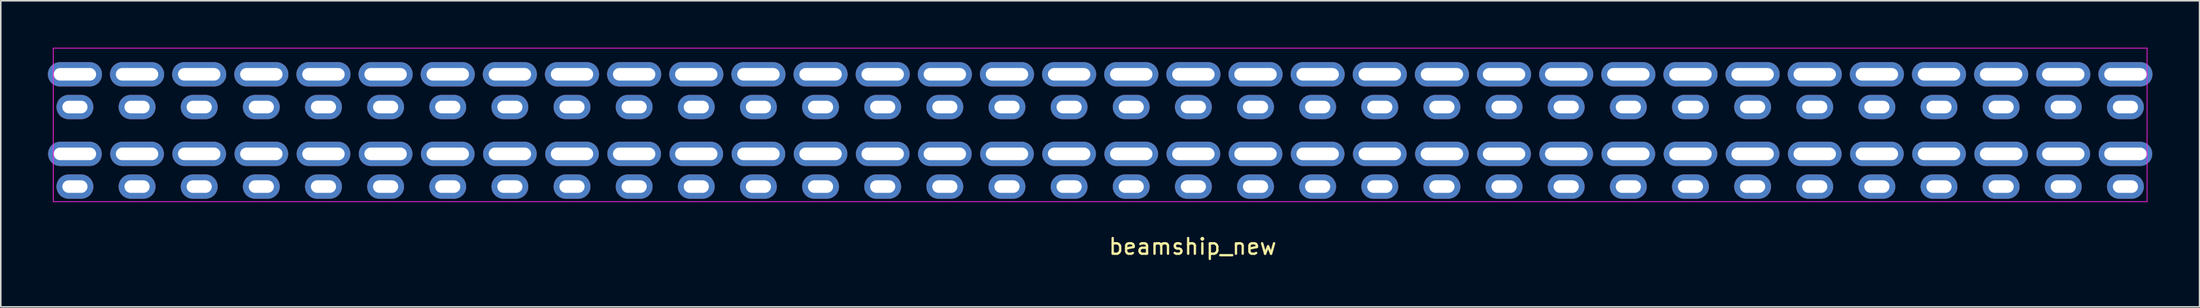
<source format=kicad_pcb>
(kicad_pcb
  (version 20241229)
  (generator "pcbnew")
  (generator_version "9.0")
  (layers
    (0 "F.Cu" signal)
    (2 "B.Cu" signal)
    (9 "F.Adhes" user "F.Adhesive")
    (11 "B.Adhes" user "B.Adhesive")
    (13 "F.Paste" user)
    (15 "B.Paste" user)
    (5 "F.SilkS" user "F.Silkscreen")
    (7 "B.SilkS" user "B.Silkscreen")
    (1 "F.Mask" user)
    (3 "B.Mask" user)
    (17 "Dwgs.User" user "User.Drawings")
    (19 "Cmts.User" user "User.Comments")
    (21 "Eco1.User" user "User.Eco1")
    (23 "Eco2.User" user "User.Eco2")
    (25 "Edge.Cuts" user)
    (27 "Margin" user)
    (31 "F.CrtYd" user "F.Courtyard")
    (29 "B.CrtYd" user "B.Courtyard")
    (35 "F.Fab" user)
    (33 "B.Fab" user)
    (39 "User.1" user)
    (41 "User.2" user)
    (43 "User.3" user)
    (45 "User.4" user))
  (footprint "beamship_new"
    (layer "F.Cu")
    (at 59.145 9.225)
    (property "Reference" "beamship_new" (at 13.813 3.47 180) (layer "F.SilkS") (effects (font (size 1 1) (thickness 0.15))))
    (attr through_hole)
    (fp_line (start -58.8 -9.2) (end -58.8 0.6) (stroke (width 0.05) (type solid)) (layer "F.CrtYd"))
    (fp_line (start -58.8 0.6) (end 74.64 0.6) (stroke (width 0.05) (type solid)) (layer "F.CrtYd"))
    (fp_line (start 74.64 -9.2) (end -58.8 -9.2) (stroke (width 0.05) (type solid)) (layer "F.CrtYd"))
    (fp_line (start 74.64 0.6) (end 74.64 -9.2) (stroke (width 0.05) (type solid)) (layer "F.CrtYd"))
    (pad "1" thru_hole oval (at -57.42 -7.53) (size 3.45 1.55) (drill oval 2.7 0.8) (layers "*.Cu" "*.Mask"))
    (pad "1" thru_hole oval (at -57.42 -5.44) (size 2.35 1.55) (drill oval 1.6 0.8) (layers "*.Cu" "*.Mask"))
    (pad "1" thru_hole oval (at -57.42 -2.45) (size 3.42 1.55) (drill oval 2.7 0.8) (layers "*.Cu" "*.Mask"))
    (pad "1" thru_hole oval (at -57.42 -0.36) (size 2.35 1.55) (drill oval 1.6 0.8) (layers "*.Cu" "*.Mask"))
    (pad "2" thru_hole oval (at -53.46 -7.53) (size 3.45 1.55) (drill oval 2.7 0.8) (layers "*.Cu" "*.Mask"))
    (pad "2" thru_hole oval (at -53.46 -5.44) (size 2.35 1.55) (drill oval 1.6 0.8) (layers "*.Cu" "*.Mask"))
    (pad "2" thru_hole oval (at -53.46 -2.45) (size 3.42 1.55) (drill oval 2.7 0.8) (layers "*.Cu" "*.Mask"))
    (pad "2" thru_hole oval (at -53.46 -0.36) (size 2.35 1.55) (drill oval 1.6 0.8) (layers "*.Cu" "*.Mask"))
    (pad "3" thru_hole oval (at -49.5 -7.53) (size 3.45 1.55) (drill oval 2.7 0.8) (layers "*.Cu" "*.Mask"))
    (pad "3" thru_hole oval (at -49.5 -5.44) (size 2.35 1.55) (drill oval 1.6 0.8) (layers "*.Cu" "*.Mask"))
    (pad "3" thru_hole oval (at -49.5 -2.45) (size 3.42 1.55) (drill oval 2.7 0.8) (layers "*.Cu" "*.Mask"))
    (pad "3" thru_hole oval (at -49.5 -0.36) (size 2.35 1.55) (drill oval 1.6 0.8) (layers "*.Cu" "*.Mask"))
    (pad "4" thru_hole oval (at -45.54 -7.53) (size 3.45 1.55) (drill oval 2.7 0.8) (layers "*.Cu" "*.Mask"))
    (pad "4" thru_hole oval (at -45.54 -5.44) (size 2.35 1.55) (drill oval 1.6 0.8) (layers "*.Cu" "*.Mask"))
    (pad "4" thru_hole oval (at -45.54 -2.45) (size 3.42 1.55) (drill oval 2.7 0.8) (layers "*.Cu" "*.Mask"))
    (pad "4" thru_hole oval (at -45.54 -0.36) (size 2.35 1.55) (drill oval 1.6 0.8) (layers "*.Cu" "*.Mask"))
    (pad "5" thru_hole oval (at -41.58 -7.53) (size 3.45 1.55) (drill oval 2.7 0.8) (layers "*.Cu" "*.Mask"))
    (pad "5" thru_hole oval (at -41.58 -5.44) (size 2.35 1.55) (drill oval 1.6 0.8) (layers "*.Cu" "*.Mask"))
    (pad "5" thru_hole oval (at -41.58 -2.45) (size 3.42 1.55) (drill oval 2.7 0.8) (layers "*.Cu" "*.Mask"))
    (pad "5" thru_hole oval (at -41.58 -0.36) (size 2.35 1.55) (drill oval 1.6 0.8) (layers "*.Cu" "*.Mask"))
    (pad "6" thru_hole oval (at -37.62 -7.53) (size 3.45 1.55) (drill oval 2.7 0.8) (layers "*.Cu" "*.Mask"))
    (pad "6" thru_hole oval (at -37.62 -5.44) (size 2.35 1.55) (drill oval 1.6 0.8) (layers "*.Cu" "*.Mask"))
    (pad "6" thru_hole oval (at -37.62 -2.45) (size 3.42 1.55) (drill oval 2.7 0.8) (layers "*.Cu" "*.Mask"))
    (pad "6" thru_hole oval (at -37.62 -0.36) (size 2.35 1.55) (drill oval 1.6 0.8) (layers "*.Cu" "*.Mask"))
    (pad "7" thru_hole oval (at -33.66 -7.53) (size 3.45 1.55) (drill oval 2.7 0.8) (layers "*.Cu" "*.Mask"))
    (pad "7" thru_hole oval (at -33.66 -5.44) (size 2.35 1.55) (drill oval 1.6 0.8) (layers "*.Cu" "*.Mask"))
    (pad "7" thru_hole oval (at -33.66 -2.45) (size 3.42 1.55) (drill oval 2.7 0.8) (layers "*.Cu" "*.Mask"))
    (pad "7" thru_hole oval (at -33.66 -0.36) (size 2.35 1.55) (drill oval 1.6 0.8) (layers "*.Cu" "*.Mask"))
    (pad "8" thru_hole oval (at -29.7 -7.53) (size 3.45 1.55) (drill oval 2.7 0.8) (layers "*.Cu" "*.Mask"))
    (pad "8" thru_hole oval (at -29.7 -5.44) (size 2.35 1.55) (drill oval 1.6 0.8) (layers "*.Cu" "*.Mask"))
    (pad "8" thru_hole oval (at -29.7 -2.45) (size 3.42 1.55) (drill oval 2.7 0.8) (layers "*.Cu" "*.Mask"))
    (pad "8" thru_hole oval (at -29.7 -0.36) (size 2.35 1.55) (drill oval 1.6 0.8) (layers "*.Cu" "*.Mask"))
    (pad "9" thru_hole oval (at -25.74 -7.53) (size 3.45 1.55) (drill oval 2.7 0.8) (layers "*.Cu" "*.Mask"))
    (pad "9" thru_hole oval (at -25.74 -5.44) (size 2.35 1.55) (drill oval 1.6 0.8) (layers "*.Cu" "*.Mask"))
    (pad "9" thru_hole oval (at -25.74 -2.45) (size 3.42 1.55) (drill oval 2.7 0.8) (layers "*.Cu" "*.Mask"))
    (pad "9" thru_hole oval (at -25.74 -0.36) (size 2.35 1.55) (drill oval 1.6 0.8) (layers "*.Cu" "*.Mask"))
    (pad "10" thru_hole oval (at -21.78 -7.53) (size 3.45 1.55) (drill oval 2.7 0.8) (layers "*.Cu" "*.Mask"))
    (pad "10" thru_hole oval (at -21.78 -5.44) (size 2.35 1.55) (drill oval 1.6 0.8) (layers "*.Cu" "*.Mask"))
    (pad "10" thru_hole oval (at -21.78 -2.45) (size 3.42 1.55) (drill oval 2.7 0.8) (layers "*.Cu" "*.Mask"))
    (pad "10" thru_hole oval (at -21.78 -0.36) (size 2.35 1.55) (drill oval 1.6 0.8) (layers "*.Cu" "*.Mask"))
    (pad "11" thru_hole oval (at -17.82 -7.53) (size 3.45 1.55) (drill oval 2.7 0.8) (layers "*.Cu" "*.Mask"))
    (pad "11" thru_hole oval (at -17.82 -5.44) (size 2.35 1.55) (drill oval 1.6 0.8) (layers "*.Cu" "*.Mask"))
    (pad "11" thru_hole oval (at -17.82 -2.45) (size 3.42 1.55) (drill oval 2.7 0.8) (layers "*.Cu" "*.Mask"))
    (pad "11" thru_hole oval (at -17.82 -0.36) (size 2.35 1.55) (drill oval 1.6 0.8) (layers "*.Cu" "*.Mask"))
    (pad "12" thru_hole oval (at -13.86 -7.53) (size 3.45 1.55) (drill oval 2.7 0.8) (layers "*.Cu" "*.Mask"))
    (pad "12" thru_hole oval (at -13.86 -5.44) (size 2.35 1.55) (drill oval 1.6 0.8) (layers "*.Cu" "*.Mask"))
    (pad "12" thru_hole oval (at -13.86 -2.45) (size 3.42 1.55) (drill oval 2.7 0.8) (layers "*.Cu" "*.Mask"))
    (pad "12" thru_hole oval (at -13.86 -0.36) (size 2.35 1.55) (drill oval 1.6 0.8) (layers "*.Cu" "*.Mask"))
    (pad "13" thru_hole oval (at -9.9 -7.53) (size 3.45 1.55) (drill oval 2.7 0.8) (layers "*.Cu" "*.Mask"))
    (pad "13" thru_hole oval (at -9.9 -5.44) (size 2.35 1.55) (drill oval 1.6 0.8) (layers "*.Cu" "*.Mask"))
    (pad "13" thru_hole oval (at -9.9 -2.45) (size 3.42 1.55) (drill oval 2.7 0.8) (layers "*.Cu" "*.Mask"))
    (pad "13" thru_hole oval (at -9.9 -0.36) (size 2.35 1.55) (drill oval 1.6 0.8) (layers "*.Cu" "*.Mask"))
    (pad "14" thru_hole oval (at -5.94 -7.53) (size 3.45 1.55) (drill oval 2.7 0.8) (layers "*.Cu" "*.Mask"))
    (pad "14" thru_hole oval (at -5.94 -5.44) (size 2.35 1.55) (drill oval 1.6 0.8) (layers "*.Cu" "*.Mask"))
    (pad "14" thru_hole oval (at -5.94 -2.45) (size 3.42 1.55) (drill oval 2.7 0.8) (layers "*.Cu" "*.Mask"))
    (pad "14" thru_hole oval (at -5.94 -0.36) (size 2.35 1.55) (drill oval 1.6 0.8) (layers "*.Cu" "*.Mask"))
    (pad "15" thru_hole oval (at -1.98 -7.53) (size 3.45 1.55) (drill oval 2.7 0.8) (layers "*.Cu" "*.Mask"))
    (pad "15" thru_hole oval (at -1.98 -5.44) (size 2.35 1.55) (drill oval 1.6 0.8) (layers "*.Cu" "*.Mask"))
    (pad "15" thru_hole oval (at -1.98 -2.45) (size 3.42 1.55) (drill oval 2.7 0.8) (layers "*.Cu" "*.Mask"))
    (pad "15" thru_hole oval (at -1.98 -0.36) (size 2.35 1.55) (drill oval 1.6 0.8) (layers "*.Cu" "*.Mask"))
    (pad "16" thru_hole oval (at 1.98 -7.53) (size 3.45 1.55) (drill oval 2.7 0.8) (layers "*.Cu" "*.Mask"))
    (pad "16" thru_hole oval (at 1.98 -5.44) (size 2.35 1.55) (drill oval 1.6 0.8) (layers "*.Cu" "*.Mask"))
    (pad "16" thru_hole oval (at 1.98 -2.45) (size 3.42 1.55) (drill oval 2.7 0.8) (layers "*.Cu" "*.Mask"))
    (pad "16" thru_hole oval (at 1.98 -0.36) (size 2.35 1.55) (drill oval 1.6 0.8) (layers "*.Cu" "*.Mask"))
    (pad "17" thru_hole oval (at 5.94 -7.53) (size 3.45 1.55) (drill oval 2.7 0.8) (layers "*.Cu" "*.Mask"))
    (pad "17" thru_hole oval (at 5.94 -5.44) (size 2.35 1.55) (drill oval 1.6 0.8) (layers "*.Cu" "*.Mask"))
    (pad "17" thru_hole oval (at 5.94 -2.45) (size 3.42 1.55) (drill oval 2.7 0.8) (layers "*.Cu" "*.Mask"))
    (pad "17" thru_hole oval (at 5.94 -0.36) (size 2.35 1.55) (drill oval 1.6 0.8) (layers "*.Cu" "*.Mask"))
    (pad "18" thru_hole oval (at 9.9 -7.53) (size 3.45 1.55) (drill oval 2.7 0.8) (layers "*.Cu" "*.Mask"))
    (pad "18" thru_hole oval (at 9.9 -5.44) (size 2.35 1.55) (drill oval 1.6 0.8) (layers "*.Cu" "*.Mask"))
    (pad "18" thru_hole oval (at 9.9 -2.45) (size 3.42 1.55) (drill oval 2.7 0.8) (layers "*.Cu" "*.Mask"))
    (pad "18" thru_hole oval (at 9.9 -0.36) (size 2.35 1.55) (drill oval 1.6 0.8) (layers "*.Cu" "*.Mask"))
    (pad "19" thru_hole oval (at 13.86 -7.53) (size 3.45 1.55) (drill oval 2.7 0.8) (layers "*.Cu" "*.Mask"))
    (pad "19" thru_hole oval (at 13.86 -5.44) (size 2.35 1.55) (drill oval 1.6 0.8) (layers "*.Cu" "*.Mask"))
    (pad "19" thru_hole oval (at 13.86 -2.45) (size 3.42 1.55) (drill oval 2.7 0.8) (layers "*.Cu" "*.Mask"))
    (pad "19" thru_hole oval (at 13.86 -0.36) (size 2.35 1.55) (drill oval 1.6 0.8) (layers "*.Cu" "*.Mask"))
    (pad "20" thru_hole oval (at 17.82 -7.53) (size 3.45 1.55) (drill oval 2.7 0.8) (layers "*.Cu" "*.Mask"))
    (pad "20" thru_hole oval (at 17.82 -5.44) (size 2.35 1.55) (drill oval 1.6 0.8) (layers "*.Cu" "*.Mask"))
    (pad "20" thru_hole oval (at 17.82 -2.45) (size 3.42 1.55) (drill oval 2.7 0.8) (layers "*.Cu" "*.Mask"))
    (pad "20" thru_hole oval (at 17.82 -0.36) (size 2.35 1.55) (drill oval 1.6 0.8) (layers "*.Cu" "*.Mask"))
    (pad "21" thru_hole oval (at 21.78 -7.53) (size 3.45 1.55) (drill oval 2.7 0.8) (layers "*.Cu" "*.Mask"))
    (pad "21" thru_hole oval (at 21.78 -5.44) (size 2.35 1.55) (drill oval 1.6 0.8) (layers "*.Cu" "*.Mask"))
    (pad "21" thru_hole oval (at 21.78 -2.45) (size 3.42 1.55) (drill oval 2.7 0.8) (layers "*.Cu" "*.Mask"))
    (pad "21" thru_hole oval (at 21.78 -0.36) (size 2.35 1.55) (drill oval 1.6 0.8) (layers "*.Cu" "*.Mask"))
    (pad "22" thru_hole oval (at 25.74 -7.53) (size 3.45 1.55) (drill oval 2.7 0.8) (layers "*.Cu" "*.Mask"))
    (pad "22" thru_hole oval (at 25.74 -5.44) (size 2.35 1.55) (drill oval 1.6 0.8) (layers "*.Cu" "*.Mask"))
    (pad "22" thru_hole oval (at 25.74 -2.45) (size 3.42 1.55) (drill oval 2.7 0.8) (layers "*.Cu" "*.Mask"))
    (pad "22" thru_hole oval (at 25.74 -0.36) (size 2.35 1.55) (drill oval 1.6 0.8) (layers "*.Cu" "*.Mask"))
    (pad "23" thru_hole oval (at 29.7 -7.53) (size 3.45 1.55) (drill oval 2.7 0.8) (layers "*.Cu" "*.Mask"))
    (pad "23" thru_hole oval (at 29.7 -5.44) (size 2.35 1.55) (drill oval 1.6 0.8) (layers "*.Cu" "*.Mask"))
    (pad "23" thru_hole oval (at 29.7 -2.45) (size 3.42 1.55) (drill oval 2.7 0.8) (layers "*.Cu" "*.Mask"))
    (pad "23" thru_hole oval (at 29.7 -0.36) (size 2.35 1.55) (drill oval 1.6 0.8) (layers "*.Cu" "*.Mask"))
    (pad "24" thru_hole oval (at 33.66 -7.53) (size 3.45 1.55) (drill oval 2.7 0.8) (layers "*.Cu" "*.Mask"))
    (pad "24" thru_hole oval (at 33.66 -5.44) (size 2.35 1.55) (drill oval 1.6 0.8) (layers "*.Cu" "*.Mask"))
    (pad "24" thru_hole oval (at 33.66 -2.45) (size 3.42 1.55) (drill oval 2.7 0.8) (layers "*.Cu" "*.Mask"))
    (pad "24" thru_hole oval (at 33.66 -0.36) (size 2.35 1.55) (drill oval 1.6 0.8) (layers "*.Cu" "*.Mask"))
    (pad "25" thru_hole oval (at 37.62 -7.53) (size 3.45 1.55) (drill oval 2.7 0.8) (layers "*.Cu" "*.Mask"))
    (pad "25" thru_hole oval (at 37.62 -5.44) (size 2.35 1.55) (drill oval 1.6 0.8) (layers "*.Cu" "*.Mask"))
    (pad "25" thru_hole oval (at 37.62 -2.45) (size 3.42 1.55) (drill oval 2.7 0.8) (layers "*.Cu" "*.Mask"))
    (pad "25" thru_hole oval (at 37.62 -0.36) (size 2.35 1.55) (drill oval 1.6 0.8) (layers "*.Cu" "*.Mask"))
    (pad "26" thru_hole oval (at 41.58 -7.53) (size 3.45 1.55) (drill oval 2.7 0.8) (layers "*.Cu" "*.Mask"))
    (pad "26" thru_hole oval (at 41.58 -5.44) (size 2.35 1.55) (drill oval 1.6 0.8) (layers "*.Cu" "*.Mask"))
    (pad "26" thru_hole oval (at 41.58 -2.45) (size 3.42 1.55) (drill oval 2.7 0.8) (layers "*.Cu" "*.Mask"))
    (pad "26" thru_hole oval (at 41.58 -0.36) (size 2.35 1.55) (drill oval 1.6 0.8) (layers "*.Cu" "*.Mask"))
    (pad "27" thru_hole oval (at 45.54 -7.53) (size 3.45 1.55) (drill oval 2.7 0.8) (layers "*.Cu" "*.Mask"))
    (pad "27" thru_hole oval (at 45.54 -5.44) (size 2.35 1.55) (drill oval 1.6 0.8) (layers "*.Cu" "*.Mask"))
    (pad "27" thru_hole oval (at 45.54 -2.45) (size 3.42 1.55) (drill oval 2.7 0.8) (layers "*.Cu" "*.Mask"))
    (pad "27" thru_hole oval (at 45.54 -0.36) (size 2.35 1.55) (drill oval 1.6 0.8) (layers "*.Cu" "*.Mask"))
    (pad "28" thru_hole oval (at 49.5 -7.53) (size 3.45 1.55) (drill oval 2.7 0.8) (layers "*.Cu" "*.Mask"))
    (pad "28" thru_hole oval (at 49.5 -5.44) (size 2.35 1.55) (drill oval 1.6 0.8) (layers "*.Cu" "*.Mask"))
    (pad "28" thru_hole oval (at 49.5 -2.45) (size 3.42 1.55) (drill oval 2.7 0.8) (layers "*.Cu" "*.Mask"))
    (pad "28" thru_hole oval (at 49.5 -0.36) (size 2.35 1.55) (drill oval 1.6 0.8) (layers "*.Cu" "*.Mask"))
    (pad "29" thru_hole oval (at 53.46 -7.53) (size 3.45 1.55) (drill oval 2.7 0.8) (layers "*.Cu" "*.Mask"))
    (pad "29" thru_hole oval (at 53.46 -5.44) (size 2.35 1.55) (drill oval 1.6 0.8) (layers "*.Cu" "*.Mask"))
    (pad "29" thru_hole oval (at 53.46 -2.45) (size 3.42 1.55) (drill oval 2.7 0.8) (layers "*.Cu" "*.Mask"))
    (pad "29" thru_hole oval (at 53.46 -0.36) (size 2.35 1.55) (drill oval 1.6 0.8) (layers "*.Cu" "*.Mask"))
    (pad "30" thru_hole oval (at 57.42 -7.53) (size 3.45 1.55) (drill oval 2.7 0.8) (layers "*.Cu" "*.Mask"))
    (pad "30" thru_hole oval (at 57.42 -5.44) (size 2.35 1.55) (drill oval 1.6 0.8) (layers "*.Cu" "*.Mask"))
    (pad "30" thru_hole oval (at 57.42 -2.45) (size 3.42 1.55) (drill oval 2.7 0.8) (layers "*.Cu" "*.Mask"))
    (pad "30" thru_hole oval (at 57.42 -0.36) (size 2.35 1.55) (drill oval 1.6 0.8) (layers "*.Cu" "*.Mask"))
    (pad "31" thru_hole oval (at 61.38 -7.53) (size 3.45 1.55) (drill oval 2.7 0.8) (layers "*.Cu" "*.Mask"))
    (pad "31" thru_hole oval (at 61.38 -5.44) (size 2.35 1.55) (drill oval 1.6 0.8) (layers "*.Cu" "*.Mask"))
    (pad "31" thru_hole oval (at 61.38 -2.45) (size 3.42 1.55) (drill oval 2.7 0.8) (layers "*.Cu" "*.Mask"))
    (pad "31" thru_hole oval (at 61.38 -0.36) (size 2.35 1.55) (drill oval 1.6 0.8) (layers "*.Cu" "*.Mask"))
    (pad "32" thru_hole oval (at 65.34 -7.53) (size 3.45 1.55) (drill oval 2.7 0.8) (layers "*.Cu" "*.Mask"))
    (pad "32" thru_hole oval (at 65.34 -5.44) (size 2.35 1.55) (drill oval 1.6 0.8) (layers "*.Cu" "*.Mask"))
    (pad "32" thru_hole oval (at 65.34 -2.45) (size 3.42 1.55) (drill oval 2.7 0.8) (layers "*.Cu" "*.Mask"))
    (pad "32" thru_hole oval (at 65.34 -0.36) (size 2.35 1.55) (drill oval 1.6 0.8) (layers "*.Cu" "*.Mask"))
    (pad "33" thru_hole oval (at 69.3 -7.53) (size 3.45 1.55) (drill oval 2.7 0.8) (layers "*.Cu" "*.Mask"))
    (pad "33" thru_hole oval (at 69.3 -5.44) (size 2.35 1.55) (drill oval 1.6 0.8) (layers "*.Cu" "*.Mask"))
    (pad "33" thru_hole oval (at 69.3 -2.45) (size 3.42 1.55) (drill oval 2.7 0.8) (layers "*.Cu" "*.Mask"))
    (pad "33" thru_hole oval (at 69.3 -0.36) (size 2.35 1.55) (drill oval 1.6 0.8) (layers "*.Cu" "*.Mask"))
    (pad "34" thru_hole oval (at 73.26 -7.53) (size 3.45 1.55) (drill oval 2.7 0.8) (layers "*.Cu" "*.Mask"))
    (pad "34" thru_hole oval (at 73.26 -5.44) (size 2.35 1.55) (drill oval 1.6 0.8) (layers "*.Cu" "*.Mask"))
    (pad "34" thru_hole oval (at 73.26 -2.45) (size 3.42 1.55) (drill oval 2.7 0.8) (layers "*.Cu" "*.Mask"))
    (pad "34" thru_hole oval (at 73.26 -0.36) (size 2.35 1.55) (drill oval 1.6 0.8) (layers "*.Cu" "*.Mask")))
  (gr_rect
    (start -3 -3)
    (end 137.13 16.543)
    (stroke (width 0.1) (type default))
    (fill no)
    (layer "Edge.Cuts")))
</source>
